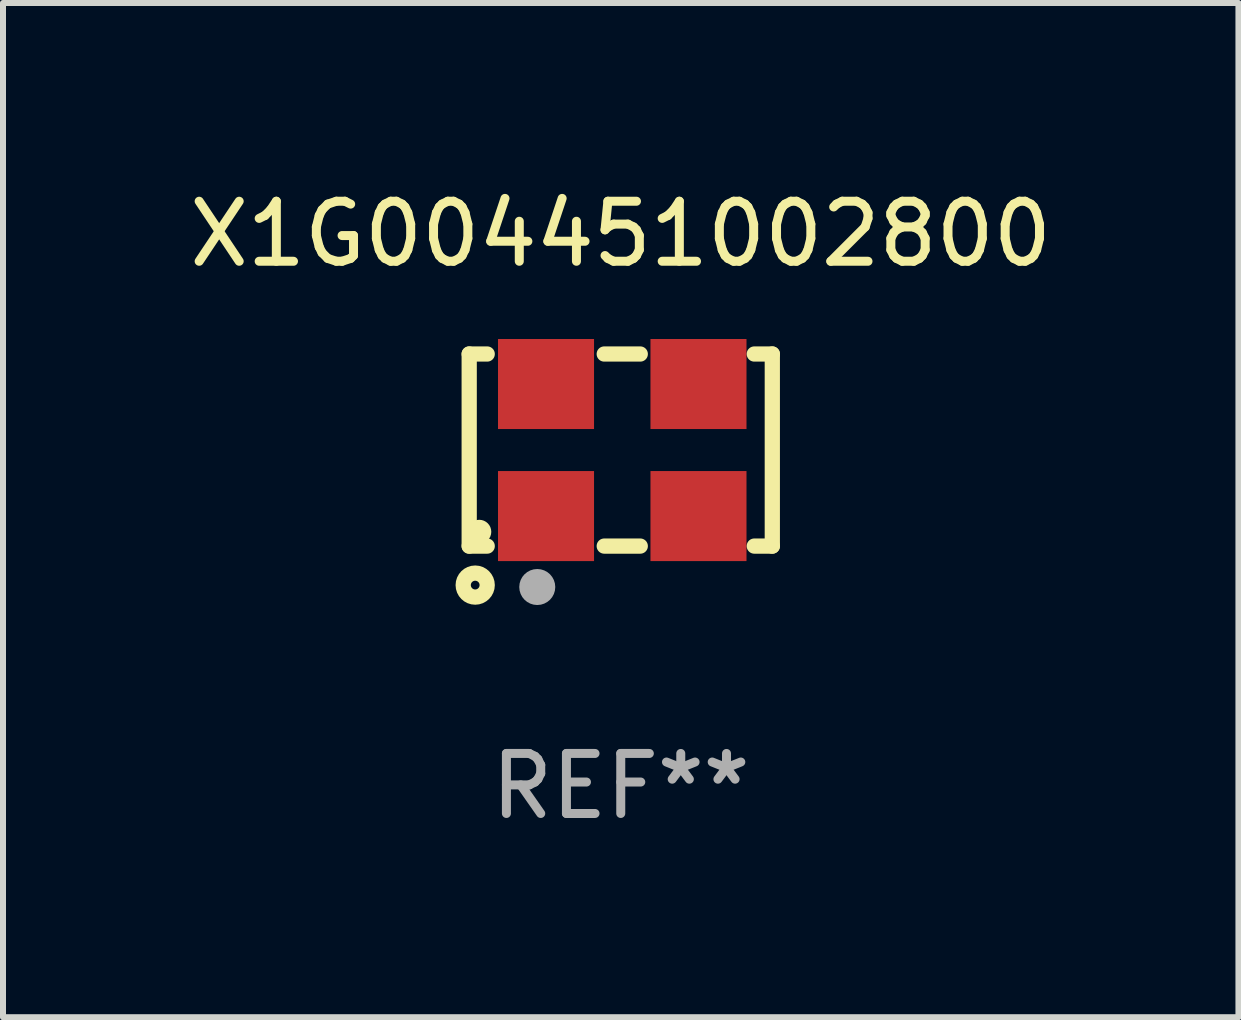
<source format=kicad_pcb>
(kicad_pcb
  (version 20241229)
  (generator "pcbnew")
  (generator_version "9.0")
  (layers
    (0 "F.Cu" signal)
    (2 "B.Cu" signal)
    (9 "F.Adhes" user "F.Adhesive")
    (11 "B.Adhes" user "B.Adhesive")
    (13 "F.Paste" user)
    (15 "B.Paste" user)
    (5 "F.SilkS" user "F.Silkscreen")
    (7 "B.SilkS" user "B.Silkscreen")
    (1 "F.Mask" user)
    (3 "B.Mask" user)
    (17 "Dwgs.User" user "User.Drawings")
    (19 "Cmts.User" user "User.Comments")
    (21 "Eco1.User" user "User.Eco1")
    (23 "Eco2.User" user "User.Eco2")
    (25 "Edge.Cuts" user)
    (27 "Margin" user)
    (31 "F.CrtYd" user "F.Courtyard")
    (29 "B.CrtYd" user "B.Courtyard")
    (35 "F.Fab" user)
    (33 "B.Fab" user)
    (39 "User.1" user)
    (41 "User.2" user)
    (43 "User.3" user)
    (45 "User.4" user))
  (footprint "X1G004451002800"
    (layer "F.Cu")
    (at 7.292 4.448)
    (property "Reference" "X1G004451002800" (at 0 -3.6 0) (layer "F.SilkS") (effects (font (size 1 1) (thickness 0.15))))
    (attr through_hole)
    (fp_line (start -2.525 -1.6) (end -2.225 -1.6) (stroke (width 0.254) (type solid)) (layer "F.SilkS"))
    (fp_line (start -2.525 1.6) (end -2.525 -1.6) (stroke (width 0.254) (type solid)) (layer "F.SilkS"))
    (fp_line (start -2.225 1.6) (end -2.525 1.6) (stroke (width 0.254) (type solid)) (layer "F.SilkS"))
    (fp_line (start -0.275 -1.6) (end 0.325 -1.6) (stroke (width 0.254) (type solid)) (layer "F.SilkS"))
    (fp_line (start -0.275 1.6) (end 0.325 1.6) (stroke (width 0.254) (type solid)) (layer "F.SilkS"))
    (fp_line (start 2.225 -1.6) (end 2.525 -1.6) (stroke (width 0.254) (type solid)) (layer "F.SilkS"))
    (fp_line (start 2.525 -1.6) (end 2.525 1.6) (stroke (width 0.254) (type solid)) (layer "F.SilkS"))
    (fp_line (start 2.525 1.6) (end 2.225 1.6) (stroke (width 0.254) (type solid)) (layer "F.SilkS"))
    (fp_circle (center -2.425 2.25) (end -2.225 2.25) (stroke (width 0.254) (type solid)) (fill no) (layer "F.SilkS"))
    (fp_circle (center -2.357 1.362) (end -2.257 1.362) (stroke (width 0.2) (type solid)) (fill no) (layer "F.SilkS"))
    (fp_circle (center -1.391 2.282) (end -1.241 2.282) (stroke (width 0.3) (type solid)) (fill no) (layer "F.Fab"))
    (fp_text user "REF**" (at 0 5.6 0) (layer "F.Fab") (effects (font (size 1 1) (thickness 0.15))))
    (pad "1" smd rect (at -1.245 1.1) (size 1.6 1.5) (layers "F.Cu" "F.Mask" "F.Paste"))
    (pad "2" smd rect (at 1.295 1.1) (size 1.6 1.5) (layers "F.Cu" "F.Mask" "F.Paste"))
    (pad "3" smd rect (at 1.295 -1.1 180) (size 1.6 1.5) (layers "F.Cu" "F.Mask" "F.Paste"))
    (pad "4" smd rect (at -1.245 -1.1) (size 1.6 1.5) (layers "F.Cu" "F.Mask" "F.Paste")))
  (gr_rect
    (start -3 -3)
    (end 17.583 13.897)
    (stroke (width 0.1) (type default))
    (fill no)
    (layer "Edge.Cuts")))
</source>
